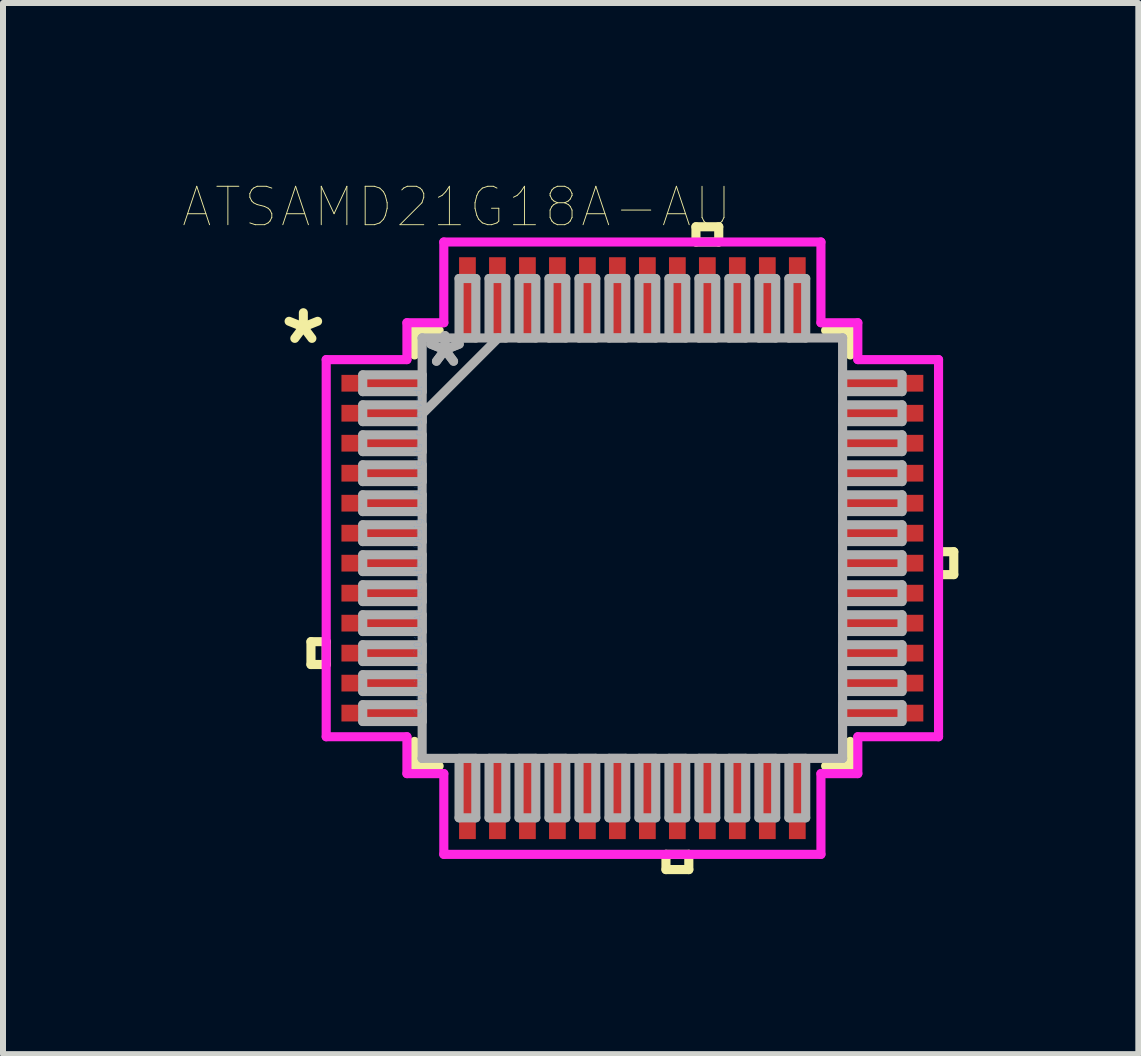
<source format=kicad_pcb>
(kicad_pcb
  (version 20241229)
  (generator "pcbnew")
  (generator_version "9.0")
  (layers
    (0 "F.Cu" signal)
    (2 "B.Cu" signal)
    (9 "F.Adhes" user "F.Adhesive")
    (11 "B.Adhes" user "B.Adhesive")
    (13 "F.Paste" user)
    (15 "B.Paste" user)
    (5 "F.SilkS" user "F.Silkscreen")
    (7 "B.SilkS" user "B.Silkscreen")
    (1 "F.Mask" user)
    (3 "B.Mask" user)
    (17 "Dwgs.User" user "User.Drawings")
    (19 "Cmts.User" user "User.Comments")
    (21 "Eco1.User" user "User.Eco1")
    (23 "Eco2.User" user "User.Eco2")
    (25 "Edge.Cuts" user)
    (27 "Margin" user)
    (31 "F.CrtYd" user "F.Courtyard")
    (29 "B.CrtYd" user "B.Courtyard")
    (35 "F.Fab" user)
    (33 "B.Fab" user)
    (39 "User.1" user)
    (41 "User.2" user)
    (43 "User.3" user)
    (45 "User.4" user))
  (footprint "ATSAMD21G18A-AU"
    (layer "F.Cu")
    (at 7.494 6.09)
    (property "Reference" "ATSAMD21G18A-AU" (at -2.929 -5.689 0) (layer "F.SilkS") (effects (font (size 0.641 0.641) (thickness 0.015))))
    (attr smd)
    (fp_line (start -5.359 1.559) (end -5.359 1.94) (stroke (width 0.152) (type solid)) (layer "F.SilkS"))
    (fp_line (start -5.359 1.94) (end -5.105 1.94) (stroke (width 0.152) (type solid)) (layer "F.SilkS"))
    (fp_line (start -5.105 1.559) (end -5.359 1.559) (stroke (width 0.152) (type solid)) (layer "F.SilkS"))
    (fp_line (start -5.105 1.94) (end -5.105 1.559) (stroke (width 0.152) (type solid)) (layer "F.SilkS"))
    (fp_line (start -3.632 -3.632) (end -3.632 -3.222) (stroke (width 0.152) (type solid)) (layer "F.SilkS"))
    (fp_line (start -3.632 3.222) (end -3.632 3.632) (stroke (width 0.152) (type solid)) (layer "F.SilkS"))
    (fp_line (start -3.632 3.632) (end -3.222 3.632) (stroke (width 0.152) (type solid)) (layer "F.SilkS"))
    (fp_line (start -3.222 -3.632) (end -3.632 -3.632) (stroke (width 0.152) (type solid)) (layer "F.SilkS"))
    (fp_line (start 0.56 5.105) (end 0.56 5.359) (stroke (width 0.152) (type solid)) (layer "F.SilkS"))
    (fp_line (start 0.56 5.359) (end 0.941 5.359) (stroke (width 0.152) (type solid)) (layer "F.SilkS"))
    (fp_line (start 0.941 5.105) (end 0.56 5.105) (stroke (width 0.152) (type solid)) (layer "F.SilkS"))
    (fp_line (start 0.941 5.359) (end 0.941 5.105) (stroke (width 0.152) (type solid)) (layer "F.SilkS"))
    (fp_line (start 1.06 -5.359) (end 1.44 -5.359) (stroke (width 0.152) (type solid)) (layer "F.SilkS"))
    (fp_line (start 1.06 -5.105) (end 1.06 -5.359) (stroke (width 0.152) (type solid)) (layer "F.SilkS"))
    (fp_line (start 1.44 -5.359) (end 1.44 -5.105) (stroke (width 0.152) (type solid)) (layer "F.SilkS"))
    (fp_line (start 1.44 -5.105) (end 1.06 -5.105) (stroke (width 0.152) (type solid)) (layer "F.SilkS"))
    (fp_line (start 3.222 3.632) (end 3.632 3.632) (stroke (width 0.152) (type solid)) (layer "F.SilkS"))
    (fp_line (start 3.632 -3.632) (end 3.222 -3.632) (stroke (width 0.152) (type solid)) (layer "F.SilkS"))
    (fp_line (start 3.632 -3.222) (end 3.632 -3.632) (stroke (width 0.152) (type solid)) (layer "F.SilkS"))
    (fp_line (start 3.632 3.632) (end 3.632 3.222) (stroke (width 0.152) (type solid)) (layer "F.SilkS"))
    (fp_line (start 5.105 0.059) (end 5.359 0.059) (stroke (width 0.152) (type solid)) (layer "F.SilkS"))
    (fp_line (start 5.105 0.441) (end 5.105 0.059) (stroke (width 0.152) (type solid)) (layer "F.SilkS"))
    (fp_line (start 5.359 0.059) (end 5.359 0.441) (stroke (width 0.152) (type solid)) (layer "F.SilkS"))
    (fp_line (start 5.359 0.441) (end 5.105 0.441) (stroke (width 0.152) (type solid)) (layer "F.SilkS"))
    (fp_line (start -5.105 -3.144) (end -3.759 -3.144) (stroke (width 0.152) (type solid)) (layer "F.CrtYd"))
    (fp_line (start -5.105 3.144) (end -5.105 -3.144) (stroke (width 0.152) (type solid)) (layer "F.CrtYd"))
    (fp_line (start -3.759 -3.759) (end -3.144 -3.759) (stroke (width 0.152) (type solid)) (layer "F.CrtYd"))
    (fp_line (start -3.759 -3.144) (end -3.759 -3.759) (stroke (width 0.152) (type solid)) (layer "F.CrtYd"))
    (fp_line (start -3.759 3.144) (end -5.105 3.144) (stroke (width 0.152) (type solid)) (layer "F.CrtYd"))
    (fp_line (start -3.759 3.759) (end -3.759 3.144) (stroke (width 0.152) (type solid)) (layer "F.CrtYd"))
    (fp_line (start -3.144 -5.105) (end 3.144 -5.105) (stroke (width 0.152) (type solid)) (layer "F.CrtYd"))
    (fp_line (start -3.144 -3.759) (end -3.144 -5.105) (stroke (width 0.152) (type solid)) (layer "F.CrtYd"))
    (fp_line (start -3.144 3.759) (end -3.759 3.759) (stroke (width 0.152) (type solid)) (layer "F.CrtYd"))
    (fp_line (start -3.144 5.105) (end -3.144 3.759) (stroke (width 0.152) (type solid)) (layer "F.CrtYd"))
    (fp_line (start 3.144 -5.105) (end 3.144 -3.759) (stroke (width 0.152) (type solid)) (layer "F.CrtYd"))
    (fp_line (start 3.144 -3.759) (end 3.759 -3.759) (stroke (width 0.152) (type solid)) (layer "F.CrtYd"))
    (fp_line (start 3.144 3.759) (end 3.144 5.105) (stroke (width 0.152) (type solid)) (layer "F.CrtYd"))
    (fp_line (start 3.144 5.105) (end -3.144 5.105) (stroke (width 0.152) (type solid)) (layer "F.CrtYd"))
    (fp_line (start 3.759 -3.759) (end 3.759 -3.144) (stroke (width 0.152) (type solid)) (layer "F.CrtYd"))
    (fp_line (start 3.759 -3.144) (end 5.105 -3.144) (stroke (width 0.152) (type solid)) (layer "F.CrtYd"))
    (fp_line (start 3.759 3.144) (end 3.759 3.759) (stroke (width 0.152) (type solid)) (layer "F.CrtYd"))
    (fp_line (start 3.759 3.759) (end 3.144 3.759) (stroke (width 0.152) (type solid)) (layer "F.CrtYd"))
    (fp_line (start 5.105 -3.144) (end 5.105 3.144) (stroke (width 0.152) (type solid)) (layer "F.CrtYd"))
    (fp_line (start 5.105 3.144) (end 3.759 3.144) (stroke (width 0.152) (type solid)) (layer "F.CrtYd"))
    (fp_line (start -4.496 -2.89) (end -4.496 -2.61) (stroke (width 0.152) (type solid)) (layer "F.Fab"))
    (fp_line (start -4.496 -2.61) (end -3.505 -2.61) (stroke (width 0.152) (type solid)) (layer "F.Fab"))
    (fp_line (start -4.496 -2.39) (end -4.496 -2.11) (stroke (width 0.152) (type solid)) (layer "F.Fab"))
    (fp_line (start -4.496 -2.11) (end -3.505 -2.11) (stroke (width 0.152) (type solid)) (layer "F.Fab"))
    (fp_line (start -4.496 -1.89) (end -4.496 -1.61) (stroke (width 0.152) (type solid)) (layer "F.Fab"))
    (fp_line (start -4.496 -1.61) (end -3.505 -1.61) (stroke (width 0.152) (type solid)) (layer "F.Fab"))
    (fp_line (start -4.496 -1.39) (end -4.496 -1.11) (stroke (width 0.152) (type solid)) (layer "F.Fab"))
    (fp_line (start -4.496 -1.11) (end -3.505 -1.11) (stroke (width 0.152) (type solid)) (layer "F.Fab"))
    (fp_line (start -4.496 -0.89) (end -4.496 -0.61) (stroke (width 0.152) (type solid)) (layer "F.Fab"))
    (fp_line (start -4.496 -0.61) (end -3.505 -0.61) (stroke (width 0.152) (type solid)) (layer "F.Fab"))
    (fp_line (start -4.496 -0.39) (end -4.496 -0.11) (stroke (width 0.152) (type solid)) (layer "F.Fab"))
    (fp_line (start -4.496 -0.11) (end -3.505 -0.11) (stroke (width 0.152) (type solid)) (layer "F.Fab"))
    (fp_line (start -4.496 0.11) (end -4.496 0.39) (stroke (width 0.152) (type solid)) (layer "F.Fab"))
    (fp_line (start -4.496 0.39) (end -3.505 0.39) (stroke (width 0.152) (type solid)) (layer "F.Fab"))
    (fp_line (start -4.496 0.61) (end -4.496 0.89) (stroke (width 0.152) (type solid)) (layer "F.Fab"))
    (fp_line (start -4.496 0.89) (end -3.505 0.89) (stroke (width 0.152) (type solid)) (layer "F.Fab"))
    (fp_line (start -4.496 1.11) (end -4.496 1.39) (stroke (width 0.152) (type solid)) (layer "F.Fab"))
    (fp_line (start -4.496 1.39) (end -3.505 1.39) (stroke (width 0.152) (type solid)) (layer "F.Fab"))
    (fp_line (start -4.496 1.61) (end -4.496 1.89) (stroke (width 0.152) (type solid)) (layer "F.Fab"))
    (fp_line (start -4.496 1.89) (end -3.505 1.89) (stroke (width 0.152) (type solid)) (layer "F.Fab"))
    (fp_line (start -4.496 2.11) (end -4.496 2.39) (stroke (width 0.152) (type solid)) (layer "F.Fab"))
    (fp_line (start -4.496 2.39) (end -3.505 2.39) (stroke (width 0.152) (type solid)) (layer "F.Fab"))
    (fp_line (start -4.496 2.61) (end -4.496 2.89) (stroke (width 0.152) (type solid)) (layer "F.Fab"))
    (fp_line (start -4.496 2.89) (end -3.505 2.89) (stroke (width 0.152) (type solid)) (layer "F.Fab"))
    (fp_line (start -3.505 -3.505) (end -3.505 -3.505) (stroke (width 0.152) (type solid)) (layer "F.Fab"))
    (fp_line (start -3.505 -3.505) (end -3.505 3.505) (stroke (width 0.152) (type solid)) (layer "F.Fab"))
    (fp_line (start -3.505 -2.89) (end -4.496 -2.89) (stroke (width 0.152) (type solid)) (layer "F.Fab"))
    (fp_line (start -3.505 -2.61) (end -3.505 -2.89) (stroke (width 0.152) (type solid)) (layer "F.Fab"))
    (fp_line (start -3.505 -2.39) (end -4.496 -2.39) (stroke (width 0.152) (type solid)) (layer "F.Fab"))
    (fp_line (start -3.505 -2.235) (end -2.235 -3.505) (stroke (width 0.152) (type solid)) (layer "F.Fab"))
    (fp_line (start -3.505 -2.11) (end -3.505 -2.39) (stroke (width 0.152) (type solid)) (layer "F.Fab"))
    (fp_line (start -3.505 -1.89) (end -4.496 -1.89) (stroke (width 0.152) (type solid)) (layer "F.Fab"))
    (fp_line (start -3.505 -1.61) (end -3.505 -1.89) (stroke (width 0.152) (type solid)) (layer "F.Fab"))
    (fp_line (start -3.505 -1.39) (end -4.496 -1.39) (stroke (width 0.152) (type solid)) (layer "F.Fab"))
    (fp_line (start -3.505 -1.11) (end -3.505 -1.39) (stroke (width 0.152) (type solid)) (layer "F.Fab"))
    (fp_line (start -3.505 -0.89) (end -4.496 -0.89) (stroke (width 0.152) (type solid)) (layer "F.Fab"))
    (fp_line (start -3.505 -0.61) (end -3.505 -0.89) (stroke (width 0.152) (type solid)) (layer "F.Fab"))
    (fp_line (start -3.505 -0.39) (end -4.496 -0.39) (stroke (width 0.152) (type solid)) (layer "F.Fab"))
    (fp_line (start -3.505 -0.11) (end -3.505 -0.39) (stroke (width 0.152) (type solid)) (layer "F.Fab"))
    (fp_line (start -3.505 0.11) (end -4.496 0.11) (stroke (width 0.152) (type solid)) (layer "F.Fab"))
    (fp_line (start -3.505 0.39) (end -3.505 0.11) (stroke (width 0.152) (type solid)) (layer "F.Fab"))
    (fp_line (start -3.505 0.61) (end -4.496 0.61) (stroke (width 0.152) (type solid)) (layer "F.Fab"))
    (fp_line (start -3.505 0.89) (end -3.505 0.61) (stroke (width 0.152) (type solid)) (layer "F.Fab"))
    (fp_line (start -3.505 1.11) (end -4.496 1.11) (stroke (width 0.152) (type solid)) (layer "F.Fab"))
    (fp_line (start -3.505 1.39) (end -3.505 1.11) (stroke (width 0.152) (type solid)) (layer "F.Fab"))
    (fp_line (start -3.505 1.61) (end -4.496 1.61) (stroke (width 0.152) (type solid)) (layer "F.Fab"))
    (fp_line (start -3.505 1.89) (end -3.505 1.61) (stroke (width 0.152) (type solid)) (layer "F.Fab"))
    (fp_line (start -3.505 2.11) (end -4.496 2.11) (stroke (width 0.152) (type solid)) (layer "F.Fab"))
    (fp_line (start -3.505 2.39) (end -3.505 2.11) (stroke (width 0.152) (type solid)) (layer "F.Fab"))
    (fp_line (start -3.505 2.61) (end -4.496 2.61) (stroke (width 0.152) (type solid)) (layer "F.Fab"))
    (fp_line (start -3.505 2.89) (end -3.505 2.61) (stroke (width 0.152) (type solid)) (layer "F.Fab"))
    (fp_line (start -3.505 3.505) (end -3.505 3.505) (stroke (width 0.152) (type solid)) (layer "F.Fab"))
    (fp_line (start -3.505 3.505) (end 3.505 3.505) (stroke (width 0.152) (type solid)) (layer "F.Fab"))
    (fp_line (start -2.89 -4.496) (end -2.89 -3.505) (stroke (width 0.152) (type solid)) (layer "F.Fab"))
    (fp_line (start -2.89 -3.505) (end -2.61 -3.505) (stroke (width 0.152) (type solid)) (layer "F.Fab"))
    (fp_line (start -2.89 3.505) (end -2.89 4.496) (stroke (width 0.152) (type solid)) (layer "F.Fab"))
    (fp_line (start -2.89 4.496) (end -2.61 4.496) (stroke (width 0.152) (type solid)) (layer "F.Fab"))
    (fp_line (start -2.61 -4.496) (end -2.89 -4.496) (stroke (width 0.152) (type solid)) (layer "F.Fab"))
    (fp_line (start -2.61 -3.505) (end -2.61 -4.496) (stroke (width 0.152) (type solid)) (layer "F.Fab"))
    (fp_line (start -2.61 3.505) (end -2.89 3.505) (stroke (width 0.152) (type solid)) (layer "F.Fab"))
    (fp_line (start -2.61 4.496) (end -2.61 3.505) (stroke (width 0.152) (type solid)) (layer "F.Fab"))
    (fp_line (start -2.39 -4.496) (end -2.39 -3.505) (stroke (width 0.152) (type solid)) (layer "F.Fab"))
    (fp_line (start -2.39 -3.505) (end -2.11 -3.505) (stroke (width 0.152) (type solid)) (layer "F.Fab"))
    (fp_line (start -2.39 3.505) (end -2.39 4.496) (stroke (width 0.152) (type solid)) (layer "F.Fab"))
    (fp_line (start -2.39 4.496) (end -2.11 4.496) (stroke (width 0.152) (type solid)) (layer "F.Fab"))
    (fp_line (start -2.11 -4.496) (end -2.39 -4.496) (stroke (width 0.152) (type solid)) (layer "F.Fab"))
    (fp_line (start -2.11 -3.505) (end -2.11 -4.496) (stroke (width 0.152) (type solid)) (layer "F.Fab"))
    (fp_line (start -2.11 3.505) (end -2.39 3.505) (stroke (width 0.152) (type solid)) (layer "F.Fab"))
    (fp_line (start -2.11 4.496) (end -2.11 3.505) (stroke (width 0.152) (type solid)) (layer "F.Fab"))
    (fp_line (start -1.89 -4.496) (end -1.89 -3.505) (stroke (width 0.152) (type solid)) (layer "F.Fab"))
    (fp_line (start -1.89 -3.505) (end -1.61 -3.505) (stroke (width 0.152) (type solid)) (layer "F.Fab"))
    (fp_line (start -1.89 3.505) (end -1.89 4.496) (stroke (width 0.152) (type solid)) (layer "F.Fab"))
    (fp_line (start -1.89 4.496) (end -1.61 4.496) (stroke (width 0.152) (type solid)) (layer "F.Fab"))
    (fp_line (start -1.61 -4.496) (end -1.89 -4.496) (stroke (width 0.152) (type solid)) (layer "F.Fab"))
    (fp_line (start -1.61 -3.505) (end -1.61 -4.496) (stroke (width 0.152) (type solid)) (layer "F.Fab"))
    (fp_line (start -1.61 3.505) (end -1.89 3.505) (stroke (width 0.152) (type solid)) (layer "F.Fab"))
    (fp_line (start -1.61 4.496) (end -1.61 3.505) (stroke (width 0.152) (type solid)) (layer "F.Fab"))
    (fp_line (start -1.39 -4.496) (end -1.39 -3.505) (stroke (width 0.152) (type solid)) (layer "F.Fab"))
    (fp_line (start -1.39 -3.505) (end -1.11 -3.505) (stroke (width 0.152) (type solid)) (layer "F.Fab"))
    (fp_line (start -1.39 3.505) (end -1.39 4.496) (stroke (width 0.152) (type solid)) (layer "F.Fab"))
    (fp_line (start -1.39 4.496) (end -1.11 4.496) (stroke (width 0.152) (type solid)) (layer "F.Fab"))
    (fp_line (start -1.11 -4.496) (end -1.39 -4.496) (stroke (width 0.152) (type solid)) (layer "F.Fab"))
    (fp_line (start -1.11 -3.505) (end -1.11 -4.496) (stroke (width 0.152) (type solid)) (layer "F.Fab"))
    (fp_line (start -1.11 3.505) (end -1.39 3.505) (stroke (width 0.152) (type solid)) (layer "F.Fab"))
    (fp_line (start -1.11 4.496) (end -1.11 3.505) (stroke (width 0.152) (type solid)) (layer "F.Fab"))
    (fp_line (start -0.89 -4.496) (end -0.89 -3.505) (stroke (width 0.152) (type solid)) (layer "F.Fab"))
    (fp_line (start -0.89 -3.505) (end -0.61 -3.505) (stroke (width 0.152) (type solid)) (layer "F.Fab"))
    (fp_line (start -0.89 3.505) (end -0.89 4.496) (stroke (width 0.152) (type solid)) (layer "F.Fab"))
    (fp_line (start -0.89 4.496) (end -0.61 4.496) (stroke (width 0.152) (type solid)) (layer "F.Fab"))
    (fp_line (start -0.61 -4.496) (end -0.89 -4.496) (stroke (width 0.152) (type solid)) (layer "F.Fab"))
    (fp_line (start -0.61 -3.505) (end -0.61 -4.496) (stroke (width 0.152) (type solid)) (layer "F.Fab"))
    (fp_line (start -0.61 3.505) (end -0.89 3.505) (stroke (width 0.152) (type solid)) (layer "F.Fab"))
    (fp_line (start -0.61 4.496) (end -0.61 3.505) (stroke (width 0.152) (type solid)) (layer "F.Fab"))
    (fp_line (start -0.39 -4.496) (end -0.39 -3.505) (stroke (width 0.152) (type solid)) (layer "F.Fab"))
    (fp_line (start -0.39 -3.505) (end -0.11 -3.505) (stroke (width 0.152) (type solid)) (layer "F.Fab"))
    (fp_line (start -0.39 3.505) (end -0.39 4.496) (stroke (width 0.152) (type solid)) (layer "F.Fab"))
    (fp_line (start -0.39 4.496) (end -0.11 4.496) (stroke (width 0.152) (type solid)) (layer "F.Fab"))
    (fp_line (start -0.11 -4.496) (end -0.39 -4.496) (stroke (width 0.152) (type solid)) (layer "F.Fab"))
    (fp_line (start -0.11 -3.505) (end -0.11 -4.496) (stroke (width 0.152) (type solid)) (layer "F.Fab"))
    (fp_line (start -0.11 3.505) (end -0.39 3.505) (stroke (width 0.152) (type solid)) (layer "F.Fab"))
    (fp_line (start -0.11 4.496) (end -0.11 3.505) (stroke (width 0.152) (type solid)) (layer "F.Fab"))
    (fp_line (start 0.11 -4.496) (end 0.11 -3.505) (stroke (width 0.152) (type solid)) (layer "F.Fab"))
    (fp_line (start 0.11 -3.505) (end 0.39 -3.505) (stroke (width 0.152) (type solid)) (layer "F.Fab"))
    (fp_line (start 0.11 3.505) (end 0.11 4.496) (stroke (width 0.152) (type solid)) (layer "F.Fab"))
    (fp_line (start 0.11 4.496) (end 0.39 4.496) (stroke (width 0.152) (type solid)) (layer "F.Fab"))
    (fp_line (start 0.39 -4.496) (end 0.11 -4.496) (stroke (width 0.152) (type solid)) (layer "F.Fab"))
    (fp_line (start 0.39 -3.505) (end 0.39 -4.496) (stroke (width 0.152) (type solid)) (layer "F.Fab"))
    (fp_line (start 0.39 3.505) (end 0.11 3.505) (stroke (width 0.152) (type solid)) (layer "F.Fab"))
    (fp_line (start 0.39 4.496) (end 0.39 3.505) (stroke (width 0.152) (type solid)) (layer "F.Fab"))
    (fp_line (start 0.61 -4.496) (end 0.61 -3.505) (stroke (width 0.152) (type solid)) (layer "F.Fab"))
    (fp_line (start 0.61 -3.505) (end 0.89 -3.505) (stroke (width 0.152) (type solid)) (layer "F.Fab"))
    (fp_line (start 0.61 3.505) (end 0.61 4.496) (stroke (width 0.152) (type solid)) (layer "F.Fab"))
    (fp_line (start 0.61 4.496) (end 0.89 4.496) (stroke (width 0.152) (type solid)) (layer "F.Fab"))
    (fp_line (start 0.89 -4.496) (end 0.61 -4.496) (stroke (width 0.152) (type solid)) (layer "F.Fab"))
    (fp_line (start 0.89 -3.505) (end 0.89 -4.496) (stroke (width 0.152) (type solid)) (layer "F.Fab"))
    (fp_line (start 0.89 3.505) (end 0.61 3.505) (stroke (width 0.152) (type solid)) (layer "F.Fab"))
    (fp_line (start 0.89 4.496) (end 0.89 3.505) (stroke (width 0.152) (type solid)) (layer "F.Fab"))
    (fp_line (start 1.11 -4.496) (end 1.11 -3.505) (stroke (width 0.152) (type solid)) (layer "F.Fab"))
    (fp_line (start 1.11 -3.505) (end 1.39 -3.505) (stroke (width 0.152) (type solid)) (layer "F.Fab"))
    (fp_line (start 1.11 3.505) (end 1.11 4.496) (stroke (width 0.152) (type solid)) (layer "F.Fab"))
    (fp_line (start 1.11 4.496) (end 1.39 4.496) (stroke (width 0.152) (type solid)) (layer "F.Fab"))
    (fp_line (start 1.39 -4.496) (end 1.11 -4.496) (stroke (width 0.152) (type solid)) (layer "F.Fab"))
    (fp_line (start 1.39 -3.505) (end 1.39 -4.496) (stroke (width 0.152) (type solid)) (layer "F.Fab"))
    (fp_line (start 1.39 3.505) (end 1.11 3.505) (stroke (width 0.152) (type solid)) (layer "F.Fab"))
    (fp_line (start 1.39 4.496) (end 1.39 3.505) (stroke (width 0.152) (type solid)) (layer "F.Fab"))
    (fp_line (start 1.61 -4.496) (end 1.61 -3.505) (stroke (width 0.152) (type solid)) (layer "F.Fab"))
    (fp_line (start 1.61 -3.505) (end 1.89 -3.505) (stroke (width 0.152) (type solid)) (layer "F.Fab"))
    (fp_line (start 1.61 3.505) (end 1.61 4.496) (stroke (width 0.152) (type solid)) (layer "F.Fab"))
    (fp_line (start 1.61 4.496) (end 1.89 4.496) (stroke (width 0.152) (type solid)) (layer "F.Fab"))
    (fp_line (start 1.89 -4.496) (end 1.61 -4.496) (stroke (width 0.152) (type solid)) (layer "F.Fab"))
    (fp_line (start 1.89 -3.505) (end 1.89 -4.496) (stroke (width 0.152) (type solid)) (layer "F.Fab"))
    (fp_line (start 1.89 3.505) (end 1.61 3.505) (stroke (width 0.152) (type solid)) (layer "F.Fab"))
    (fp_line (start 1.89 4.496) (end 1.89 3.505) (stroke (width 0.152) (type solid)) (layer "F.Fab"))
    (fp_line (start 2.11 -4.496) (end 2.11 -3.505) (stroke (width 0.152) (type solid)) (layer "F.Fab"))
    (fp_line (start 2.11 -3.505) (end 2.39 -3.505) (stroke (width 0.152) (type solid)) (layer "F.Fab"))
    (fp_line (start 2.11 3.505) (end 2.11 4.496) (stroke (width 0.152) (type solid)) (layer "F.Fab"))
    (fp_line (start 2.11 4.496) (end 2.39 4.496) (stroke (width 0.152) (type solid)) (layer "F.Fab"))
    (fp_line (start 2.39 -4.496) (end 2.11 -4.496) (stroke (width 0.152) (type solid)) (layer "F.Fab"))
    (fp_line (start 2.39 -3.505) (end 2.39 -4.496) (stroke (width 0.152) (type solid)) (layer "F.Fab"))
    (fp_line (start 2.39 3.505) (end 2.11 3.505) (stroke (width 0.152) (type solid)) (layer "F.Fab"))
    (fp_line (start 2.39 4.496) (end 2.39 3.505) (stroke (width 0.152) (type solid)) (layer "F.Fab"))
    (fp_line (start 2.61 -4.496) (end 2.61 -3.505) (stroke (width 0.152) (type solid)) (layer "F.Fab"))
    (fp_line (start 2.61 -3.505) (end 2.89 -3.505) (stroke (width 0.152) (type solid)) (layer "F.Fab"))
    (fp_line (start 2.61 3.505) (end 2.61 4.496) (stroke (width 0.152) (type solid)) (layer "F.Fab"))
    (fp_line (start 2.61 4.496) (end 2.89 4.496) (stroke (width 0.152) (type solid)) (layer "F.Fab"))
    (fp_line (start 2.89 -4.496) (end 2.61 -4.496) (stroke (width 0.152) (type solid)) (layer "F.Fab"))
    (fp_line (start 2.89 -3.505) (end 2.89 -4.496) (stroke (width 0.152) (type solid)) (layer "F.Fab"))
    (fp_line (start 2.89 3.505) (end 2.61 3.505) (stroke (width 0.152) (type solid)) (layer "F.Fab"))
    (fp_line (start 2.89 4.496) (end 2.89 3.505) (stroke (width 0.152) (type solid)) (layer "F.Fab"))
    (fp_line (start 3.505 -3.505) (end -3.505 -3.505) (stroke (width 0.152) (type solid)) (layer "F.Fab"))
    (fp_line (start 3.505 -3.505) (end 3.505 -3.505) (stroke (width 0.152) (type solid)) (layer "F.Fab"))
    (fp_line (start 3.505 -2.89) (end 3.505 -2.61) (stroke (width 0.152) (type solid)) (layer "F.Fab"))
    (fp_line (start 3.505 -2.61) (end 4.496 -2.61) (stroke (width 0.152) (type solid)) (layer "F.Fab"))
    (fp_line (start 3.505 -2.39) (end 3.505 -2.11) (stroke (width 0.152) (type solid)) (layer "F.Fab"))
    (fp_line (start 3.505 -2.11) (end 4.496 -2.11) (stroke (width 0.152) (type solid)) (layer "F.Fab"))
    (fp_line (start 3.505 -1.89) (end 3.505 -1.61) (stroke (width 0.152) (type solid)) (layer "F.Fab"))
    (fp_line (start 3.505 -1.61) (end 4.496 -1.61) (stroke (width 0.152) (type solid)) (layer "F.Fab"))
    (fp_line (start 3.505 -1.39) (end 3.505 -1.11) (stroke (width 0.152) (type solid)) (layer "F.Fab"))
    (fp_line (start 3.505 -1.11) (end 4.496 -1.11) (stroke (width 0.152) (type solid)) (layer "F.Fab"))
    (fp_line (start 3.505 -0.89) (end 3.505 -0.61) (stroke (width 0.152) (type solid)) (layer "F.Fab"))
    (fp_line (start 3.505 -0.61) (end 4.496 -0.61) (stroke (width 0.152) (type solid)) (layer "F.Fab"))
    (fp_line (start 3.505 -0.39) (end 3.505 -0.11) (stroke (width 0.152) (type solid)) (layer "F.Fab"))
    (fp_line (start 3.505 -0.11) (end 4.496 -0.11) (stroke (width 0.152) (type solid)) (layer "F.Fab"))
    (fp_line (start 3.505 0.11) (end 3.505 0.39) (stroke (width 0.152) (type solid)) (layer "F.Fab"))
    (fp_line (start 3.505 0.39) (end 4.496 0.39) (stroke (width 0.152) (type solid)) (layer "F.Fab"))
    (fp_line (start 3.505 0.61) (end 3.505 0.89) (stroke (width 0.152) (type solid)) (layer "F.Fab"))
    (fp_line (start 3.505 0.89) (end 4.496 0.89) (stroke (width 0.152) (type solid)) (layer "F.Fab"))
    (fp_line (start 3.505 1.11) (end 3.505 1.39) (stroke (width 0.152) (type solid)) (layer "F.Fab"))
    (fp_line (start 3.505 1.39) (end 4.496 1.39) (stroke (width 0.152) (type solid)) (layer "F.Fab"))
    (fp_line (start 3.505 1.61) (end 3.505 1.89) (stroke (width 0.152) (type solid)) (layer "F.Fab"))
    (fp_line (start 3.505 1.89) (end 4.496 1.89) (stroke (width 0.152) (type solid)) (layer "F.Fab"))
    (fp_line (start 3.505 2.11) (end 3.505 2.39) (stroke (width 0.152) (type solid)) (layer "F.Fab"))
    (fp_line (start 3.505 2.39) (end 4.496 2.39) (stroke (width 0.152) (type solid)) (layer "F.Fab"))
    (fp_line (start 3.505 2.61) (end 3.505 2.89) (stroke (width 0.152) (type solid)) (layer "F.Fab"))
    (fp_line (start 3.505 2.89) (end 4.496 2.89) (stroke (width 0.152) (type solid)) (layer "F.Fab"))
    (fp_line (start 3.505 3.505) (end 3.505 -3.505) (stroke (width 0.152) (type solid)) (layer "F.Fab"))
    (fp_line (start 3.505 3.505) (end 3.505 3.505) (stroke (width 0.152) (type solid)) (layer "F.Fab"))
    (fp_line (start 4.496 -2.89) (end 3.505 -2.89) (stroke (width 0.152) (type solid)) (layer "F.Fab"))
    (fp_line (start 4.496 -2.61) (end 4.496 -2.89) (stroke (width 0.152) (type solid)) (layer "F.Fab"))
    (fp_line (start 4.496 -2.39) (end 3.505 -2.39) (stroke (width 0.152) (type solid)) (layer "F.Fab"))
    (fp_line (start 4.496 -2.11) (end 4.496 -2.39) (stroke (width 0.152) (type solid)) (layer "F.Fab"))
    (fp_line (start 4.496 -1.89) (end 3.505 -1.89) (stroke (width 0.152) (type solid)) (layer "F.Fab"))
    (fp_line (start 4.496 -1.61) (end 4.496 -1.89) (stroke (width 0.152) (type solid)) (layer "F.Fab"))
    (fp_line (start 4.496 -1.39) (end 3.505 -1.39) (stroke (width 0.152) (type solid)) (layer "F.Fab"))
    (fp_line (start 4.496 -1.11) (end 4.496 -1.39) (stroke (width 0.152) (type solid)) (layer "F.Fab"))
    (fp_line (start 4.496 -0.89) (end 3.505 -0.89) (stroke (width 0.152) (type solid)) (layer "F.Fab"))
    (fp_line (start 4.496 -0.61) (end 4.496 -0.89) (stroke (width 0.152) (type solid)) (layer "F.Fab"))
    (fp_line (start 4.496 -0.39) (end 3.505 -0.39) (stroke (width 0.152) (type solid)) (layer "F.Fab"))
    (fp_line (start 4.496 -0.11) (end 4.496 -0.39) (stroke (width 0.152) (type solid)) (layer "F.Fab"))
    (fp_line (start 4.496 0.11) (end 3.505 0.11) (stroke (width 0.152) (type solid)) (layer "F.Fab"))
    (fp_line (start 4.496 0.39) (end 4.496 0.11) (stroke (width 0.152) (type solid)) (layer "F.Fab"))
    (fp_line (start 4.496 0.61) (end 3.505 0.61) (stroke (width 0.152) (type solid)) (layer "F.Fab"))
    (fp_line (start 4.496 0.89) (end 4.496 0.61) (stroke (width 0.152) (type solid)) (layer "F.Fab"))
    (fp_line (start 4.496 1.11) (end 3.505 1.11) (stroke (width 0.152) (type solid)) (layer "F.Fab"))
    (fp_line (start 4.496 1.39) (end 4.496 1.11) (stroke (width 0.152) (type solid)) (layer "F.Fab"))
    (fp_line (start 4.496 1.61) (end 3.505 1.61) (stroke (width 0.152) (type solid)) (layer "F.Fab"))
    (fp_line (start 4.496 1.89) (end 4.496 1.61) (stroke (width 0.152) (type solid)) (layer "F.Fab"))
    (fp_line (start 4.496 2.11) (end 3.505 2.11) (stroke (width 0.152) (type solid)) (layer "F.Fab"))
    (fp_line (start 4.496 2.39) (end 4.496 2.11) (stroke (width 0.152) (type solid)) (layer "F.Fab"))
    (fp_line (start 4.496 2.61) (end 3.505 2.61) (stroke (width 0.152) (type solid)) (layer "F.Fab"))
    (fp_line (start 4.496 2.89) (end 4.496 2.61) (stroke (width 0.152) (type solid)) (layer "F.Fab"))
    (fp_text user "*" (at -5.486 -3.381 0) (layer "F.SilkS") (effects (font (size 1 1) (thickness 0.15))))
    (fp_text user "Copyright 2016 Accelerated Designs. All rights reserved." (at -3.574 0.033 90) (layer "Cmts.User") (effects (font (size 0.127 0.127) (thickness 0.002))))
    (fp_text user "*" (at -3.124 -3 0) (layer "F.Fab") (effects (font (size 1 1) (thickness 0.15))))
    (fp_text user "*" (at -3.124 -3 0) (layer "F.Fab") (effects (font (size 1 1) (thickness 0.15))))
    (pad "1" smd rect (at -4.178 -2.75 90) (size 0.279 1.346) (layers "F.Cu" "F.Mask" "F.Paste"))
    (pad "2" smd rect (at -4.178 -2.25 90) (size 0.279 1.346) (layers "F.Cu" "F.Mask" "F.Paste"))
    (pad "3" smd rect (at -4.178 -1.75 90) (size 0.279 1.346) (layers "F.Cu" "F.Mask" "F.Paste"))
    (pad "4" smd rect (at -4.178 -1.25 90) (size 0.279 1.346) (layers "F.Cu" "F.Mask" "F.Paste"))
    (pad "5" smd rect (at -4.178 -0.75 90) (size 0.279 1.346) (layers "F.Cu" "F.Mask" "F.Paste"))
    (pad "6" smd rect (at -4.178 -0.25 90) (size 0.279 1.346) (layers "F.Cu" "F.Mask" "F.Paste"))
    (pad "7" smd rect (at -4.178 0.25 90) (size 0.279 1.346) (layers "F.Cu" "F.Mask" "F.Paste"))
    (pad "8" smd rect (at -4.178 0.75 90) (size 0.279 1.346) (layers "F.Cu" "F.Mask" "F.Paste"))
    (pad "9" smd rect (at -4.178 1.25 90) (size 0.279 1.346) (layers "F.Cu" "F.Mask" "F.Paste"))
    (pad "10" smd rect (at -4.178 1.75 90) (size 0.279 1.346) (layers "F.Cu" "F.Mask" "F.Paste"))
    (pad "11" smd rect (at -4.178 2.25 90) (size 0.279 1.346) (layers "F.Cu" "F.Mask" "F.Paste"))
    (pad "12" smd rect (at -4.178 2.75 90) (size 0.279 1.346) (layers "F.Cu" "F.Mask" "F.Paste"))
    (pad "13" smd rect (at -2.75 4.178) (size 0.279 1.346) (layers "F.Cu" "F.Mask" "F.Paste"))
    (pad "14" smd rect (at -2.25 4.178) (size 0.279 1.346) (layers "F.Cu" "F.Mask" "F.Paste"))
    (pad "15" smd rect (at -1.75 4.178) (size 0.279 1.346) (layers "F.Cu" "F.Mask" "F.Paste"))
    (pad "16" smd rect (at -1.25 4.178) (size 0.279 1.346) (layers "F.Cu" "F.Mask" "F.Paste"))
    (pad "17" smd rect (at -0.75 4.178) (size 0.279 1.346) (layers "F.Cu" "F.Mask" "F.Paste"))
    (pad "18" smd rect (at -0.25 4.178) (size 0.279 1.346) (layers "F.Cu" "F.Mask" "F.Paste"))
    (pad "19" smd rect (at 0.25 4.178) (size 0.279 1.346) (layers "F.Cu" "F.Mask" "F.Paste"))
    (pad "20" smd rect (at 0.75 4.178) (size 0.279 1.346) (layers "F.Cu" "F.Mask" "F.Paste"))
    (pad "21" smd rect (at 1.25 4.178) (size 0.279 1.346) (layers "F.Cu" "F.Mask" "F.Paste"))
    (pad "22" smd rect (at 1.75 4.178) (size 0.279 1.346) (layers "F.Cu" "F.Mask" "F.Paste"))
    (pad "23" smd rect (at 2.25 4.178) (size 0.279 1.346) (layers "F.Cu" "F.Mask" "F.Paste"))
    (pad "24" smd rect (at 2.75 4.178) (size 0.279 1.346) (layers "F.Cu" "F.Mask" "F.Paste"))
    (pad "25" smd rect (at 4.178 2.75 90) (size 0.279 1.346) (layers "F.Cu" "F.Mask" "F.Paste"))
    (pad "26" smd rect (at 4.178 2.25 90) (size 0.279 1.346) (layers "F.Cu" "F.Mask" "F.Paste"))
    (pad "27" smd rect (at 4.178 1.75 90) (size 0.279 1.346) (layers "F.Cu" "F.Mask" "F.Paste"))
    (pad "28" smd rect (at 4.178 1.25 90) (size 0.279 1.346) (layers "F.Cu" "F.Mask" "F.Paste"))
    (pad "29" smd rect (at 4.178 0.75 90) (size 0.279 1.346) (layers "F.Cu" "F.Mask" "F.Paste"))
    (pad "30" smd rect (at 4.178 0.25 90) (size 0.279 1.346) (layers "F.Cu" "F.Mask" "F.Paste"))
    (pad "31" smd rect (at 4.178 -0.25 90) (size 0.279 1.346) (layers "F.Cu" "F.Mask" "F.Paste"))
    (pad "32" smd rect (at 4.178 -0.75 90) (size 0.279 1.346) (layers "F.Cu" "F.Mask" "F.Paste"))
    (pad "33" smd rect (at 4.178 -1.25 90) (size 0.279 1.346) (layers "F.Cu" "F.Mask" "F.Paste"))
    (pad "34" smd rect (at 4.178 -1.75 90) (size 0.279 1.346) (layers "F.Cu" "F.Mask" "F.Paste"))
    (pad "35" smd rect (at 4.178 -2.25 90) (size 0.279 1.346) (layers "F.Cu" "F.Mask" "F.Paste"))
    (pad "36" smd rect (at 4.178 -2.75 90) (size 0.279 1.346) (layers "F.Cu" "F.Mask" "F.Paste"))
    (pad "37" smd rect (at 2.75 -4.178) (size 0.279 1.346) (layers "F.Cu" "F.Mask" "F.Paste"))
    (pad "38" smd rect (at 2.25 -4.178) (size 0.279 1.346) (layers "F.Cu" "F.Mask" "F.Paste"))
    (pad "39" smd rect (at 1.75 -4.178) (size 0.279 1.346) (layers "F.Cu" "F.Mask" "F.Paste"))
    (pad "40" smd rect (at 1.25 -4.178) (size 0.279 1.346) (layers "F.Cu" "F.Mask" "F.Paste"))
    (pad "41" smd rect (at 0.75 -4.178) (size 0.279 1.346) (layers "F.Cu" "F.Mask" "F.Paste"))
    (pad "42" smd rect (at 0.25 -4.178) (size 0.279 1.346) (layers "F.Cu" "F.Mask" "F.Paste"))
    (pad "43" smd rect (at -0.25 -4.178) (size 0.279 1.346) (layers "F.Cu" "F.Mask" "F.Paste"))
    (pad "44" smd rect (at -0.75 -4.178) (size 0.279 1.346) (layers "F.Cu" "F.Mask" "F.Paste"))
    (pad "45" smd rect (at -1.25 -4.178) (size 0.279 1.346) (layers "F.Cu" "F.Mask" "F.Paste"))
    (pad "46" smd rect (at -1.75 -4.178) (size 0.279 1.346) (layers "F.Cu" "F.Mask" "F.Paste"))
    (pad "47" smd rect (at -2.25 -4.178) (size 0.279 1.346) (layers "F.Cu" "F.Mask" "F.Paste"))
    (pad "48" smd rect (at -2.75 -4.178) (size 0.279 1.346) (layers "F.Cu" "F.Mask" "F.Paste")))
  (gr_rect
    (start -3 -3)
    (end 15.93 14.526)
    (stroke (width 0.1) (type default))
    (fill no)
    (layer "Edge.Cuts")))
</source>
